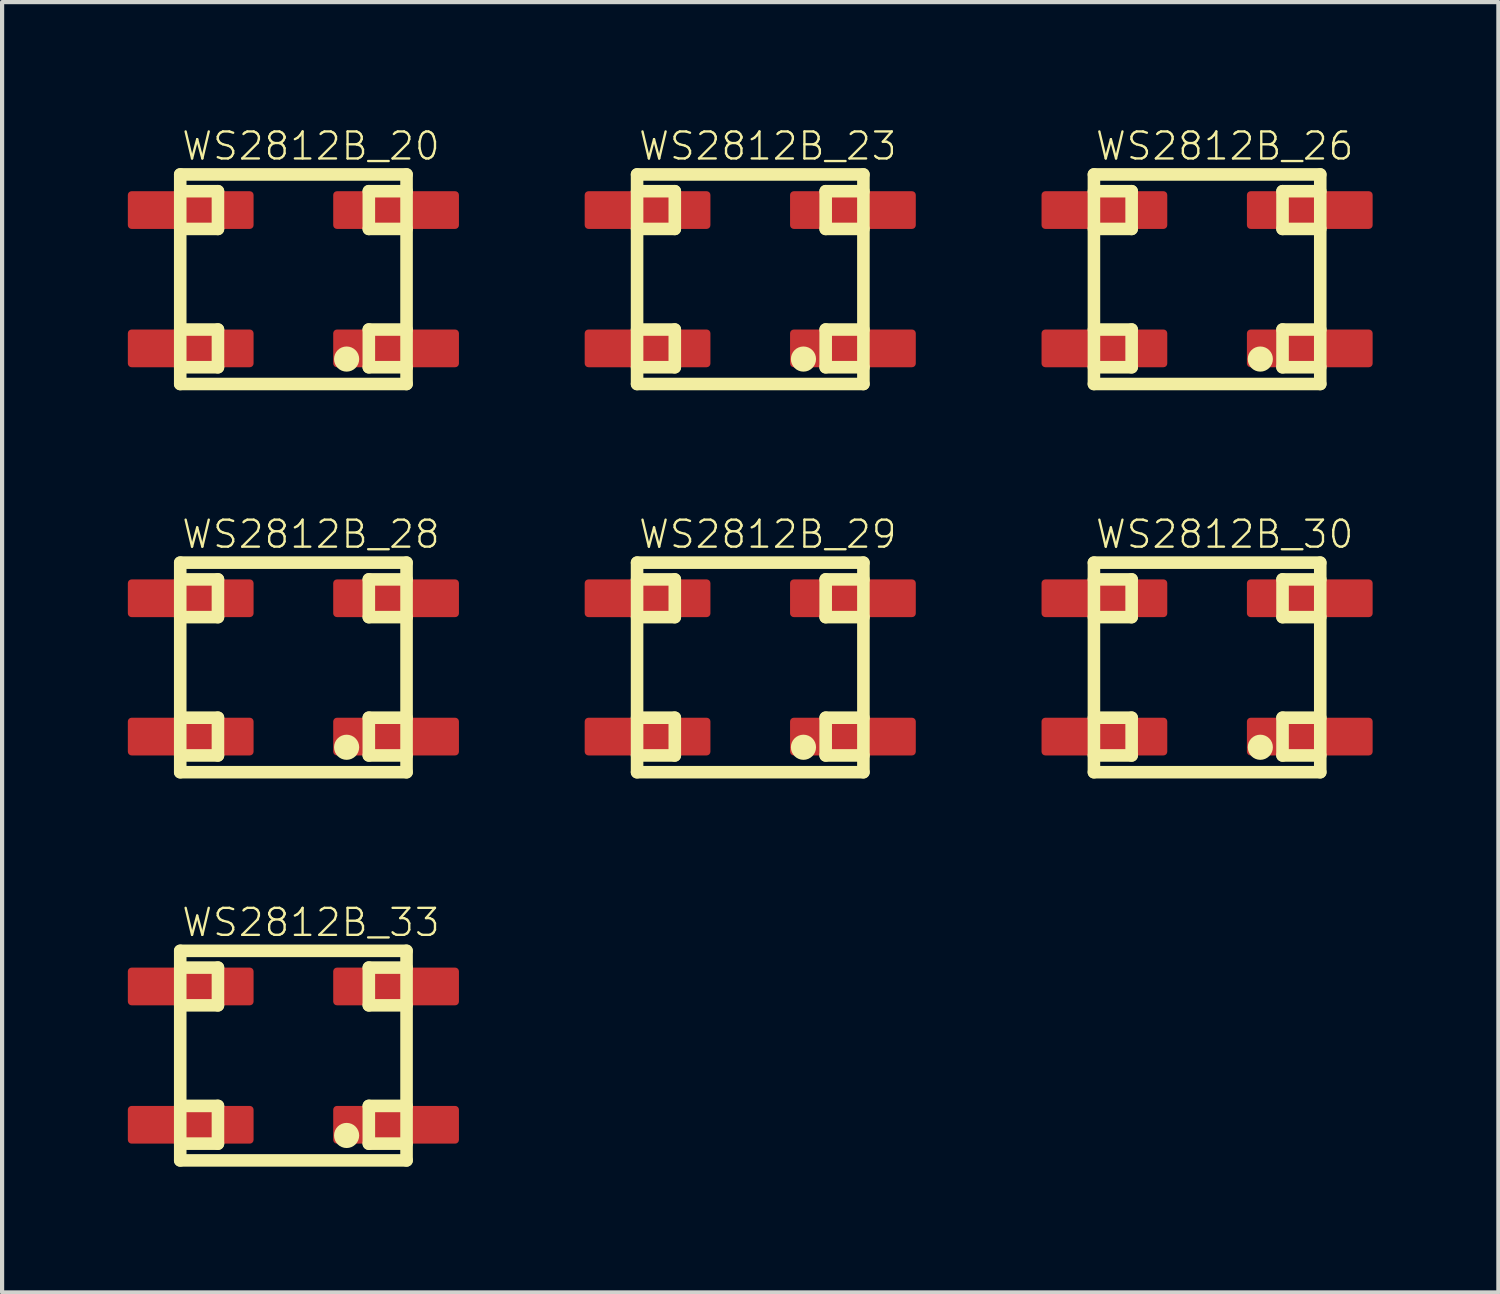
<source format=kicad_pcb>
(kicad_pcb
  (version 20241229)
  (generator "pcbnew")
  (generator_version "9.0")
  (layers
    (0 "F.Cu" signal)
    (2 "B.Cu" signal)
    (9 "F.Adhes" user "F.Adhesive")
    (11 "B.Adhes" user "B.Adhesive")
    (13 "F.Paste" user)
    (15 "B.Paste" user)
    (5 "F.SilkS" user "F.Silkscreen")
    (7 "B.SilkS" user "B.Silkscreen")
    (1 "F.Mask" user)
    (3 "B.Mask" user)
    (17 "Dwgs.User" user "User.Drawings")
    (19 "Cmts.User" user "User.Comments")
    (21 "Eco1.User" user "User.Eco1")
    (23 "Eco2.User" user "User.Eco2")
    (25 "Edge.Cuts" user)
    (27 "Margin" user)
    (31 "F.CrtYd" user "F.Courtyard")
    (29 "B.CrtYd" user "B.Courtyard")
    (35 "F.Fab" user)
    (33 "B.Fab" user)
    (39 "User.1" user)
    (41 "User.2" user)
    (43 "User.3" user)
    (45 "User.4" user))
  (footprint "WS2812B_29"
    (layer "F.Cu")
    (at 14.85 12.874)
    (property "Reference" "WS2812B_29" (at -2.7 -2.8 0) (layer "F.SilkS") (effects (font (size 0.644 0.644) (thickness 0.056)) (justify left bottom)))
    (fp_line (start -2.7 -2.5) (end 2.7 -2.5) (stroke (width 0.3) (type solid)) (layer "F.SilkS"))
    (fp_line (start -2.7 2.5) (end -2.7 -2.5) (stroke (width 0.3) (type solid)) (layer "F.SilkS"))
    (fp_line (start -1.8 -2.1) (end -2.7 -2.1) (stroke (width 0.3) (type solid)) (layer "F.SilkS"))
    (fp_line (start -1.8 -1.2) (end -2.7 -1.2) (stroke (width 0.3) (type solid)) (layer "F.SilkS"))
    (fp_line (start -1.8 -1.2) (end -1.8 -2.1) (stroke (width 0.3) (type solid)) (layer "F.SilkS"))
    (fp_line (start -1.8 1.2) (end -2.7 1.2) (stroke (width 0.3) (type solid)) (layer "F.SilkS"))
    (fp_line (start -1.8 2.1) (end -2.7 2.1) (stroke (width 0.3) (type solid)) (layer "F.SilkS"))
    (fp_line (start -1.8 2.1) (end -1.8 1.2) (stroke (width 0.3) (type solid)) (layer "F.SilkS"))
    (fp_line (start 1.8 -2.1) (end 2.7 -2.1) (stroke (width 0.3) (type solid)) (layer "F.SilkS"))
    (fp_line (start 1.8 -1.2) (end 1.8 -2.1) (stroke (width 0.3) (type solid)) (layer "F.SilkS"))
    (fp_line (start 1.8 -1.2) (end 2.7 -1.2) (stroke (width 0.3) (type solid)) (layer "F.SilkS"))
    (fp_line (start 1.8 1.2) (end 2.7 1.2) (stroke (width 0.3) (type solid)) (layer "F.SilkS"))
    (fp_line (start 1.8 2.1) (end 1.8 1.2) (stroke (width 0.3) (type solid)) (layer "F.SilkS"))
    (fp_line (start 1.8 2.1) (end 2.7 2.1) (stroke (width 0.3) (type solid)) (layer "F.SilkS"))
    (fp_line (start 2.7 -2.5) (end 2.7 2.5) (stroke (width 0.3) (type solid)) (layer "F.SilkS"))
    (fp_line (start 2.7 2.5) (end -2.7 2.5) (stroke (width 0.3) (type solid)) (layer "F.SilkS"))
    (fp_circle (center 1.27 1.905) (end 1.42 1.905) (stroke (width 0.3) (type solid)) (fill yes) (layer "F.SilkS"))
    (pad "1" smd roundrect (at -2.45 -1.65) (size 3 0.9) (layers "F.Cu" "F.Mask" "F.Paste") (roundrect_rratio 0.1))
    (pad "2" smd roundrect (at -2.45 1.65) (size 3 0.9) (layers "F.Cu" "F.Mask" "F.Paste") (roundrect_rratio 0.1))
    (pad "3" smd roundrect (at 2.45 1.65) (size 3 0.9) (layers "F.Cu" "F.Mask" "F.Paste") (roundrect_rratio 0.1))
    (pad "4" smd roundrect (at 2.45 -1.65) (size 3 0.9) (layers "F.Cu" "F.Mask" "F.Paste") (roundrect_rratio 0.1)))
  (footprint "WS2812B_30"
    (layer "F.Cu")
    (at 25.75 12.874)
    (property "Reference" "WS2812B_30" (at -2.7 -2.8 0) (layer "F.SilkS") (effects (font (size 0.644 0.644) (thickness 0.056)) (justify left bottom)))
    (fp_line (start -2.7 -2.5) (end 2.7 -2.5) (stroke (width 0.3) (type solid)) (layer "F.SilkS"))
    (fp_line (start -2.7 2.5) (end -2.7 -2.5) (stroke (width 0.3) (type solid)) (layer "F.SilkS"))
    (fp_line (start -1.8 -2.1) (end -2.7 -2.1) (stroke (width 0.3) (type solid)) (layer "F.SilkS"))
    (fp_line (start -1.8 -1.2) (end -2.7 -1.2) (stroke (width 0.3) (type solid)) (layer "F.SilkS"))
    (fp_line (start -1.8 -1.2) (end -1.8 -2.1) (stroke (width 0.3) (type solid)) (layer "F.SilkS"))
    (fp_line (start -1.8 1.2) (end -2.7 1.2) (stroke (width 0.3) (type solid)) (layer "F.SilkS"))
    (fp_line (start -1.8 2.1) (end -2.7 2.1) (stroke (width 0.3) (type solid)) (layer "F.SilkS"))
    (fp_line (start -1.8 2.1) (end -1.8 1.2) (stroke (width 0.3) (type solid)) (layer "F.SilkS"))
    (fp_line (start 1.8 -2.1) (end 2.7 -2.1) (stroke (width 0.3) (type solid)) (layer "F.SilkS"))
    (fp_line (start 1.8 -1.2) (end 1.8 -2.1) (stroke (width 0.3) (type solid)) (layer "F.SilkS"))
    (fp_line (start 1.8 -1.2) (end 2.7 -1.2) (stroke (width 0.3) (type solid)) (layer "F.SilkS"))
    (fp_line (start 1.8 1.2) (end 2.7 1.2) (stroke (width 0.3) (type solid)) (layer "F.SilkS"))
    (fp_line (start 1.8 2.1) (end 1.8 1.2) (stroke (width 0.3) (type solid)) (layer "F.SilkS"))
    (fp_line (start 1.8 2.1) (end 2.7 2.1) (stroke (width 0.3) (type solid)) (layer "F.SilkS"))
    (fp_line (start 2.7 -2.5) (end 2.7 2.5) (stroke (width 0.3) (type solid)) (layer "F.SilkS"))
    (fp_line (start 2.7 2.5) (end -2.7 2.5) (stroke (width 0.3) (type solid)) (layer "F.SilkS"))
    (fp_circle (center 1.27 1.905) (end 1.42 1.905) (stroke (width 0.3) (type solid)) (fill yes) (layer "F.SilkS"))
    (pad "1" smd roundrect (at -2.45 -1.65) (size 3 0.9) (layers "F.Cu" "F.Mask" "F.Paste") (roundrect_rratio 0.1))
    (pad "2" smd roundrect (at -2.45 1.65) (size 3 0.9) (layers "F.Cu" "F.Mask" "F.Paste") (roundrect_rratio 0.1))
    (pad "3" smd roundrect (at 2.45 1.65) (size 3 0.9) (layers "F.Cu" "F.Mask" "F.Paste") (roundrect_rratio 0.1))
    (pad "4" smd roundrect (at 2.45 -1.65) (size 3 0.9) (layers "F.Cu" "F.Mask" "F.Paste") (roundrect_rratio 0.1)))
  (footprint "WS2812B_20"
    (layer "F.Cu")
    (at 3.95 3.612)
    (property "Reference" "WS2812B_20" (at -2.7 -2.8 0) (layer "F.SilkS") (effects (font (size 0.644 0.644) (thickness 0.056)) (justify left bottom)))
    (fp_line (start -2.7 -2.5) (end 2.7 -2.5) (stroke (width 0.3) (type solid)) (layer "F.SilkS"))
    (fp_line (start -2.7 2.5) (end -2.7 -2.5) (stroke (width 0.3) (type solid)) (layer "F.SilkS"))
    (fp_line (start -1.8 -2.1) (end -2.7 -2.1) (stroke (width 0.3) (type solid)) (layer "F.SilkS"))
    (fp_line (start -1.8 -1.2) (end -2.7 -1.2) (stroke (width 0.3) (type solid)) (layer "F.SilkS"))
    (fp_line (start -1.8 -1.2) (end -1.8 -2.1) (stroke (width 0.3) (type solid)) (layer "F.SilkS"))
    (fp_line (start -1.8 1.2) (end -2.7 1.2) (stroke (width 0.3) (type solid)) (layer "F.SilkS"))
    (fp_line (start -1.8 2.1) (end -2.7 2.1) (stroke (width 0.3) (type solid)) (layer "F.SilkS"))
    (fp_line (start -1.8 2.1) (end -1.8 1.2) (stroke (width 0.3) (type solid)) (layer "F.SilkS"))
    (fp_line (start 1.8 -2.1) (end 2.7 -2.1) (stroke (width 0.3) (type solid)) (layer "F.SilkS"))
    (fp_line (start 1.8 -1.2) (end 1.8 -2.1) (stroke (width 0.3) (type solid)) (layer "F.SilkS"))
    (fp_line (start 1.8 -1.2) (end 2.7 -1.2) (stroke (width 0.3) (type solid)) (layer "F.SilkS"))
    (fp_line (start 1.8 1.2) (end 2.7 1.2) (stroke (width 0.3) (type solid)) (layer "F.SilkS"))
    (fp_line (start 1.8 2.1) (end 1.8 1.2) (stroke (width 0.3) (type solid)) (layer "F.SilkS"))
    (fp_line (start 1.8 2.1) (end 2.7 2.1) (stroke (width 0.3) (type solid)) (layer "F.SilkS"))
    (fp_line (start 2.7 -2.5) (end 2.7 2.5) (stroke (width 0.3) (type solid)) (layer "F.SilkS"))
    (fp_line (start 2.7 2.5) (end -2.7 2.5) (stroke (width 0.3) (type solid)) (layer "F.SilkS"))
    (fp_circle (center 1.27 1.905) (end 1.42 1.905) (stroke (width 0.3) (type solid)) (fill yes) (layer "F.SilkS"))
    (pad "1" smd roundrect (at -2.45 -1.65) (size 3 0.9) (layers "F.Cu" "F.Mask" "F.Paste") (roundrect_rratio 0.1))
    (pad "2" smd roundrect (at -2.45 1.65) (size 3 0.9) (layers "F.Cu" "F.Mask" "F.Paste") (roundrect_rratio 0.1))
    (pad "3" smd roundrect (at 2.45 1.65) (size 3 0.9) (layers "F.Cu" "F.Mask" "F.Paste") (roundrect_rratio 0.1))
    (pad "4" smd roundrect (at 2.45 -1.65) (size 3 0.9) (layers "F.Cu" "F.Mask" "F.Paste") (roundrect_rratio 0.1)))
  (footprint "WS2812B_23"
    (layer "F.Cu")
    (at 14.85 3.612)
    (property "Reference" "WS2812B_23" (at -2.7 -2.8 0) (layer "F.SilkS") (effects (font (size 0.644 0.644) (thickness 0.056)) (justify left bottom)))
    (fp_line (start -2.7 -2.5) (end 2.7 -2.5) (stroke (width 0.3) (type solid)) (layer "F.SilkS"))
    (fp_line (start -2.7 2.5) (end -2.7 -2.5) (stroke (width 0.3) (type solid)) (layer "F.SilkS"))
    (fp_line (start -1.8 -2.1) (end -2.7 -2.1) (stroke (width 0.3) (type solid)) (layer "F.SilkS"))
    (fp_line (start -1.8 -1.2) (end -2.7 -1.2) (stroke (width 0.3) (type solid)) (layer "F.SilkS"))
    (fp_line (start -1.8 -1.2) (end -1.8 -2.1) (stroke (width 0.3) (type solid)) (layer "F.SilkS"))
    (fp_line (start -1.8 1.2) (end -2.7 1.2) (stroke (width 0.3) (type solid)) (layer "F.SilkS"))
    (fp_line (start -1.8 2.1) (end -2.7 2.1) (stroke (width 0.3) (type solid)) (layer "F.SilkS"))
    (fp_line (start -1.8 2.1) (end -1.8 1.2) (stroke (width 0.3) (type solid)) (layer "F.SilkS"))
    (fp_line (start 1.8 -2.1) (end 2.7 -2.1) (stroke (width 0.3) (type solid)) (layer "F.SilkS"))
    (fp_line (start 1.8 -1.2) (end 1.8 -2.1) (stroke (width 0.3) (type solid)) (layer "F.SilkS"))
    (fp_line (start 1.8 -1.2) (end 2.7 -1.2) (stroke (width 0.3) (type solid)) (layer "F.SilkS"))
    (fp_line (start 1.8 1.2) (end 2.7 1.2) (stroke (width 0.3) (type solid)) (layer "F.SilkS"))
    (fp_line (start 1.8 2.1) (end 1.8 1.2) (stroke (width 0.3) (type solid)) (layer "F.SilkS"))
    (fp_line (start 1.8 2.1) (end 2.7 2.1) (stroke (width 0.3) (type solid)) (layer "F.SilkS"))
    (fp_line (start 2.7 -2.5) (end 2.7 2.5) (stroke (width 0.3) (type solid)) (layer "F.SilkS"))
    (fp_line (start 2.7 2.5) (end -2.7 2.5) (stroke (width 0.3) (type solid)) (layer "F.SilkS"))
    (fp_circle (center 1.27 1.905) (end 1.42 1.905) (stroke (width 0.3) (type solid)) (fill yes) (layer "F.SilkS"))
    (pad "1" smd roundrect (at -2.45 -1.65) (size 3 0.9) (layers "F.Cu" "F.Mask" "F.Paste") (roundrect_rratio 0.1))
    (pad "2" smd roundrect (at -2.45 1.65) (size 3 0.9) (layers "F.Cu" "F.Mask" "F.Paste") (roundrect_rratio 0.1))
    (pad "3" smd roundrect (at 2.45 1.65) (size 3 0.9) (layers "F.Cu" "F.Mask" "F.Paste") (roundrect_rratio 0.1))
    (pad "4" smd roundrect (at 2.45 -1.65) (size 3 0.9) (layers "F.Cu" "F.Mask" "F.Paste") (roundrect_rratio 0.1)))
  (footprint "WS2812B_26"
    (layer "F.Cu")
    (at 25.75 3.612)
    (property "Reference" "WS2812B_26" (at -2.7 -2.8 0) (layer "F.SilkS") (effects (font (size 0.644 0.644) (thickness 0.056)) (justify left bottom)))
    (fp_line (start -2.7 -2.5) (end 2.7 -2.5) (stroke (width 0.3) (type solid)) (layer "F.SilkS"))
    (fp_line (start -2.7 2.5) (end -2.7 -2.5) (stroke (width 0.3) (type solid)) (layer "F.SilkS"))
    (fp_line (start -1.8 -2.1) (end -2.7 -2.1) (stroke (width 0.3) (type solid)) (layer "F.SilkS"))
    (fp_line (start -1.8 -1.2) (end -2.7 -1.2) (stroke (width 0.3) (type solid)) (layer "F.SilkS"))
    (fp_line (start -1.8 -1.2) (end -1.8 -2.1) (stroke (width 0.3) (type solid)) (layer "F.SilkS"))
    (fp_line (start -1.8 1.2) (end -2.7 1.2) (stroke (width 0.3) (type solid)) (layer "F.SilkS"))
    (fp_line (start -1.8 2.1) (end -2.7 2.1) (stroke (width 0.3) (type solid)) (layer "F.SilkS"))
    (fp_line (start -1.8 2.1) (end -1.8 1.2) (stroke (width 0.3) (type solid)) (layer "F.SilkS"))
    (fp_line (start 1.8 -2.1) (end 2.7 -2.1) (stroke (width 0.3) (type solid)) (layer "F.SilkS"))
    (fp_line (start 1.8 -1.2) (end 1.8 -2.1) (stroke (width 0.3) (type solid)) (layer "F.SilkS"))
    (fp_line (start 1.8 -1.2) (end 2.7 -1.2) (stroke (width 0.3) (type solid)) (layer "F.SilkS"))
    (fp_line (start 1.8 1.2) (end 2.7 1.2) (stroke (width 0.3) (type solid)) (layer "F.SilkS"))
    (fp_line (start 1.8 2.1) (end 1.8 1.2) (stroke (width 0.3) (type solid)) (layer "F.SilkS"))
    (fp_line (start 1.8 2.1) (end 2.7 2.1) (stroke (width 0.3) (type solid)) (layer "F.SilkS"))
    (fp_line (start 2.7 -2.5) (end 2.7 2.5) (stroke (width 0.3) (type solid)) (layer "F.SilkS"))
    (fp_line (start 2.7 2.5) (end -2.7 2.5) (stroke (width 0.3) (type solid)) (layer "F.SilkS"))
    (fp_circle (center 1.27 1.905) (end 1.42 1.905) (stroke (width 0.3) (type solid)) (fill yes) (layer "F.SilkS"))
    (pad "1" smd roundrect (at -2.45 -1.65) (size 3 0.9) (layers "F.Cu" "F.Mask" "F.Paste") (roundrect_rratio 0.1))
    (pad "2" smd roundrect (at -2.45 1.65) (size 3 0.9) (layers "F.Cu" "F.Mask" "F.Paste") (roundrect_rratio 0.1))
    (pad "3" smd roundrect (at 2.45 1.65) (size 3 0.9) (layers "F.Cu" "F.Mask" "F.Paste") (roundrect_rratio 0.1))
    (pad "4" smd roundrect (at 2.45 -1.65) (size 3 0.9) (layers "F.Cu" "F.Mask" "F.Paste") (roundrect_rratio 0.1)))
  (footprint "WS2812B_33"
    (layer "F.Cu")
    (at 3.95 22.136)
    (property "Reference" "WS2812B_33" (at -2.7 -2.8 0) (layer "F.SilkS") (effects (font (size 0.644 0.644) (thickness 0.056)) (justify left bottom)))
    (fp_line (start -2.7 -2.5) (end 2.7 -2.5) (stroke (width 0.3) (type solid)) (layer "F.SilkS"))
    (fp_line (start -2.7 2.5) (end -2.7 -2.5) (stroke (width 0.3) (type solid)) (layer "F.SilkS"))
    (fp_line (start -1.8 -2.1) (end -2.7 -2.1) (stroke (width 0.3) (type solid)) (layer "F.SilkS"))
    (fp_line (start -1.8 -1.2) (end -2.7 -1.2) (stroke (width 0.3) (type solid)) (layer "F.SilkS"))
    (fp_line (start -1.8 -1.2) (end -1.8 -2.1) (stroke (width 0.3) (type solid)) (layer "F.SilkS"))
    (fp_line (start -1.8 1.2) (end -2.7 1.2) (stroke (width 0.3) (type solid)) (layer "F.SilkS"))
    (fp_line (start -1.8 2.1) (end -2.7 2.1) (stroke (width 0.3) (type solid)) (layer "F.SilkS"))
    (fp_line (start -1.8 2.1) (end -1.8 1.2) (stroke (width 0.3) (type solid)) (layer "F.SilkS"))
    (fp_line (start 1.8 -2.1) (end 2.7 -2.1) (stroke (width 0.3) (type solid)) (layer "F.SilkS"))
    (fp_line (start 1.8 -1.2) (end 1.8 -2.1) (stroke (width 0.3) (type solid)) (layer "F.SilkS"))
    (fp_line (start 1.8 -1.2) (end 2.7 -1.2) (stroke (width 0.3) (type solid)) (layer "F.SilkS"))
    (fp_line (start 1.8 1.2) (end 2.7 1.2) (stroke (width 0.3) (type solid)) (layer "F.SilkS"))
    (fp_line (start 1.8 2.1) (end 1.8 1.2) (stroke (width 0.3) (type solid)) (layer "F.SilkS"))
    (fp_line (start 1.8 2.1) (end 2.7 2.1) (stroke (width 0.3) (type solid)) (layer "F.SilkS"))
    (fp_line (start 2.7 -2.5) (end 2.7 2.5) (stroke (width 0.3) (type solid)) (layer "F.SilkS"))
    (fp_line (start 2.7 2.5) (end -2.7 2.5) (stroke (width 0.3) (type solid)) (layer "F.SilkS"))
    (fp_circle (center 1.27 1.905) (end 1.42 1.905) (stroke (width 0.3) (type solid)) (fill yes) (layer "F.SilkS"))
    (pad "1" smd roundrect (at -2.45 -1.65) (size 3 0.9) (layers "F.Cu" "F.Mask" "F.Paste") (roundrect_rratio 0.1))
    (pad "2" smd roundrect (at -2.45 1.65) (size 3 0.9) (layers "F.Cu" "F.Mask" "F.Paste") (roundrect_rratio 0.1))
    (pad "3" smd roundrect (at 2.45 1.65) (size 3 0.9) (layers "F.Cu" "F.Mask" "F.Paste") (roundrect_rratio 0.1))
    (pad "4" smd roundrect (at 2.45 -1.65) (size 3 0.9) (layers "F.Cu" "F.Mask" "F.Paste") (roundrect_rratio 0.1)))
  (footprint "WS2812B_28"
    (layer "F.Cu")
    (at 3.95 12.874)
    (property "Reference" "WS2812B_28" (at -2.7 -2.8 0) (layer "F.SilkS") (effects (font (size 0.644 0.644) (thickness 0.056)) (justify left bottom)))
    (fp_line (start -2.7 -2.5) (end 2.7 -2.5) (stroke (width 0.3) (type solid)) (layer "F.SilkS"))
    (fp_line (start -2.7 2.5) (end -2.7 -2.5) (stroke (width 0.3) (type solid)) (layer "F.SilkS"))
    (fp_line (start -1.8 -2.1) (end -2.7 -2.1) (stroke (width 0.3) (type solid)) (layer "F.SilkS"))
    (fp_line (start -1.8 -1.2) (end -2.7 -1.2) (stroke (width 0.3) (type solid)) (layer "F.SilkS"))
    (fp_line (start -1.8 -1.2) (end -1.8 -2.1) (stroke (width 0.3) (type solid)) (layer "F.SilkS"))
    (fp_line (start -1.8 1.2) (end -2.7 1.2) (stroke (width 0.3) (type solid)) (layer "F.SilkS"))
    (fp_line (start -1.8 2.1) (end -2.7 2.1) (stroke (width 0.3) (type solid)) (layer "F.SilkS"))
    (fp_line (start -1.8 2.1) (end -1.8 1.2) (stroke (width 0.3) (type solid)) (layer "F.SilkS"))
    (fp_line (start 1.8 -2.1) (end 2.7 -2.1) (stroke (width 0.3) (type solid)) (layer "F.SilkS"))
    (fp_line (start 1.8 -1.2) (end 1.8 -2.1) (stroke (width 0.3) (type solid)) (layer "F.SilkS"))
    (fp_line (start 1.8 -1.2) (end 2.7 -1.2) (stroke (width 0.3) (type solid)) (layer "F.SilkS"))
    (fp_line (start 1.8 1.2) (end 2.7 1.2) (stroke (width 0.3) (type solid)) (layer "F.SilkS"))
    (fp_line (start 1.8 2.1) (end 1.8 1.2) (stroke (width 0.3) (type solid)) (layer "F.SilkS"))
    (fp_line (start 1.8 2.1) (end 2.7 2.1) (stroke (width 0.3) (type solid)) (layer "F.SilkS"))
    (fp_line (start 2.7 -2.5) (end 2.7 2.5) (stroke (width 0.3) (type solid)) (layer "F.SilkS"))
    (fp_line (start 2.7 2.5) (end -2.7 2.5) (stroke (width 0.3) (type solid)) (layer "F.SilkS"))
    (fp_circle (center 1.27 1.905) (end 1.42 1.905) (stroke (width 0.3) (type solid)) (fill yes) (layer "F.SilkS"))
    (pad "1" smd roundrect (at -2.45 -1.65) (size 3 0.9) (layers "F.Cu" "F.Mask" "F.Paste") (roundrect_rratio 0.1))
    (pad "2" smd roundrect (at -2.45 1.65) (size 3 0.9) (layers "F.Cu" "F.Mask" "F.Paste") (roundrect_rratio 0.1))
    (pad "3" smd roundrect (at 2.45 1.65) (size 3 0.9) (layers "F.Cu" "F.Mask" "F.Paste") (roundrect_rratio 0.1))
    (pad "4" smd roundrect (at 2.45 -1.65) (size 3 0.9) (layers "F.Cu" "F.Mask" "F.Paste") (roundrect_rratio 0.1)))
  (gr_rect
    (start -3 -3)
    (end 32.7 27.786)
    (stroke (width 0.1) (type default))
    (fill no)
    (layer "Edge.Cuts")))
</source>
